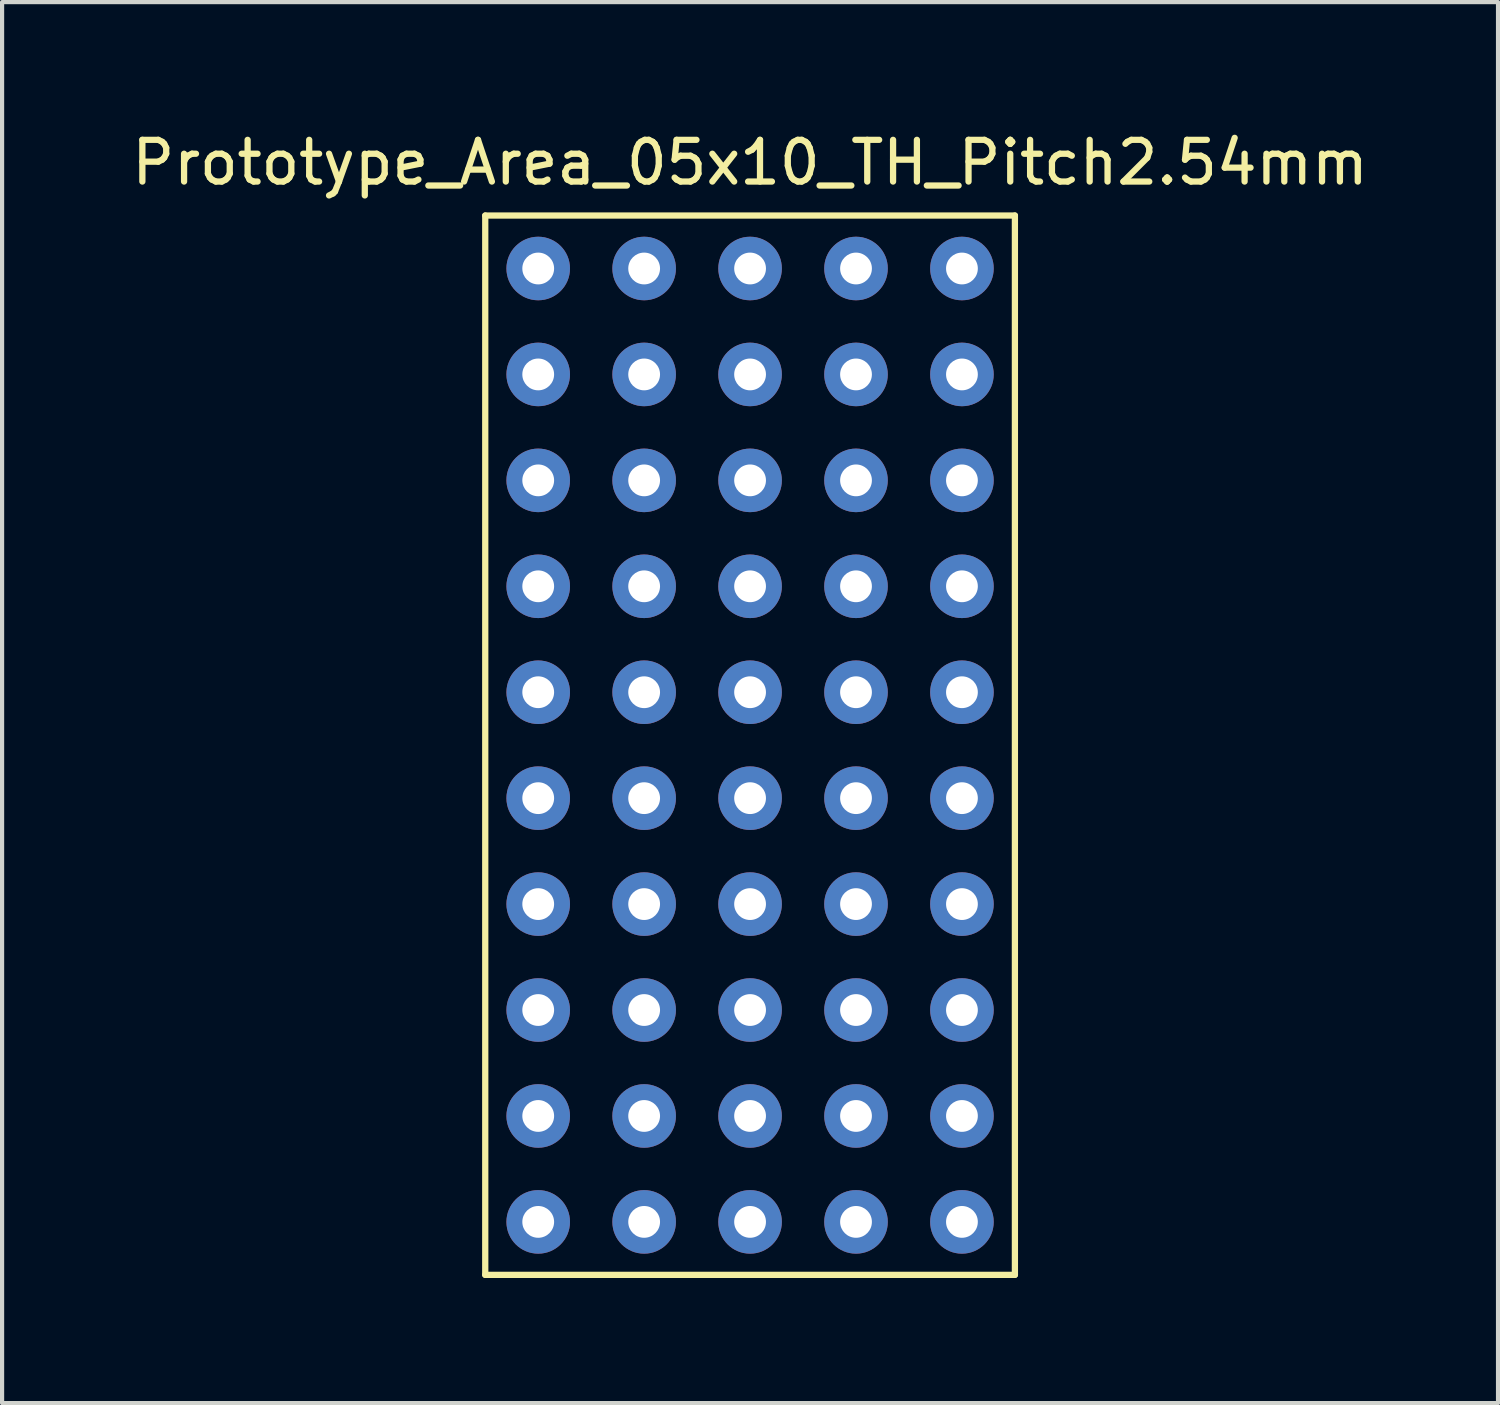
<source format=kicad_pcb>
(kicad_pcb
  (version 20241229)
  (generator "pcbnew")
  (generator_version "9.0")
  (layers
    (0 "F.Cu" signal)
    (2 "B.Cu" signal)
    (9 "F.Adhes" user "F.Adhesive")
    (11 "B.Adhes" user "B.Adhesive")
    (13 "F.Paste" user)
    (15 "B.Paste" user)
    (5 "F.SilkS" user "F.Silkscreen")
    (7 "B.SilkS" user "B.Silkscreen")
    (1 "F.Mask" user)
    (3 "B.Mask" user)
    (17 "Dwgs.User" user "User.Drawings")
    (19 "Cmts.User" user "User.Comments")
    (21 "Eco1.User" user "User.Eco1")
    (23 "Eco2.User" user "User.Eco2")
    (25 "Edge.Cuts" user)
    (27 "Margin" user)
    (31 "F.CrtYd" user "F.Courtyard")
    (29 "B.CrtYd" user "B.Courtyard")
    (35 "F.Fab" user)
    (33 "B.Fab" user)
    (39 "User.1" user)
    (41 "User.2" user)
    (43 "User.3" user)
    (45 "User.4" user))
  (footprint "Prototype_Area_05x10_TH_Pitch2.54mm"
    (layer "F.Cu")
    (at 14.935 14.818)
    (property "Reference" "Prototype_Area_05x10_TH_Pitch2.54mm" (at 0 -13.97 0) (layer "F.SilkS") (effects (font (size 1 1) (thickness 0.15))))
    (attr through_hole)
    (fp_line (start -6.35 -12.7) (end 6.35 -12.7) (stroke (width 0.15) (type solid)) (layer "F.SilkS"))
    (fp_line (start -6.35 12.7) (end -6.35 -12.7) (stroke (width 0.15) (type solid)) (layer "F.SilkS"))
    (fp_line (start 6.35 -12.7) (end 6.35 12.7) (stroke (width 0.15) (type solid)) (layer "F.SilkS"))
    (fp_line (start 6.35 12.7) (end -6.35 12.7) (stroke (width 0.15) (type solid)) (layer "F.SilkS"))
    (pad "1" thru_hole circle (at -5.08 -11.43) (size 1.524 1.524) (drill 0.762) (layers "*.Cu" "*.Mask"))
    (pad "2" thru_hole circle (at -5.08 -8.89) (size 1.524 1.524) (drill 0.762) (layers "*.Cu" "*.Mask"))
    (pad "3" thru_hole circle (at -5.08 -6.35) (size 1.524 1.524) (drill 0.762) (layers "*.Cu" "*.Mask"))
    (pad "4" thru_hole circle (at -5.08 -3.81) (size 1.524 1.524) (drill 0.762) (layers "*.Cu" "*.Mask"))
    (pad "5" thru_hole circle (at -5.08 -1.27) (size 1.524 1.524) (drill 0.762) (layers "*.Cu" "*.Mask"))
    (pad "6" thru_hole circle (at -5.08 1.27) (size 1.524 1.524) (drill 0.762) (layers "*.Cu" "*.Mask"))
    (pad "7" thru_hole circle (at -5.08 3.81) (size 1.524 1.524) (drill 0.762) (layers "*.Cu" "*.Mask"))
    (pad "8" thru_hole circle (at -5.08 6.35) (size 1.524 1.524) (drill 0.762) (layers "*.Cu" "*.Mask"))
    (pad "9" thru_hole circle (at -5.08 8.89) (size 1.524 1.524) (drill 0.762) (layers "*.Cu" "*.Mask"))
    (pad "10" thru_hole circle (at -5.08 11.43) (size 1.524 1.524) (drill 0.762) (layers "*.Cu" "*.Mask"))
    (pad "11" thru_hole circle (at -2.54 -11.43) (size 1.524 1.524) (drill 0.762) (layers "*.Cu" "*.Mask"))
    (pad "12" thru_hole circle (at -2.54 -8.89) (size 1.524 1.524) (drill 0.762) (layers "*.Cu" "*.Mask"))
    (pad "13" thru_hole circle (at -2.54 -6.35) (size 1.524 1.524) (drill 0.762) (layers "*.Cu" "*.Mask"))
    (pad "14" thru_hole circle (at -2.54 -3.81) (size 1.524 1.524) (drill 0.762) (layers "*.Cu" "*.Mask"))
    (pad "15" thru_hole circle (at -2.54 -1.27) (size 1.524 1.524) (drill 0.762) (layers "*.Cu" "*.Mask"))
    (pad "16" thru_hole circle (at -2.54 1.27) (size 1.524 1.524) (drill 0.762) (layers "*.Cu" "*.Mask"))
    (pad "17" thru_hole circle (at -2.54 3.81) (size 1.524 1.524) (drill 0.762) (layers "*.Cu" "*.Mask"))
    (pad "18" thru_hole circle (at -2.54 6.35) (size 1.524 1.524) (drill 0.762) (layers "*.Cu" "*.Mask"))
    (pad "19" thru_hole circle (at -2.54 8.89) (size 1.524 1.524) (drill 0.762) (layers "*.Cu" "*.Mask"))
    (pad "20" thru_hole circle (at -2.54 11.43) (size 1.524 1.524) (drill 0.762) (layers "*.Cu" "*.Mask"))
    (pad "21" thru_hole circle (at 0 -11.43) (size 1.524 1.524) (drill 0.762) (layers "*.Cu" "*.Mask"))
    (pad "22" thru_hole circle (at 0 -8.89) (size 1.524 1.524) (drill 0.762) (layers "*.Cu" "*.Mask"))
    (pad "23" thru_hole circle (at 0 -6.35) (size 1.524 1.524) (drill 0.762) (layers "*.Cu" "*.Mask"))
    (pad "24" thru_hole circle (at 0 -3.81) (size 1.524 1.524) (drill 0.762) (layers "*.Cu" "*.Mask"))
    (pad "25" thru_hole circle (at 0 -1.27) (size 1.524 1.524) (drill 0.762) (layers "*.Cu" "*.Mask"))
    (pad "26" thru_hole circle (at 0 1.27) (size 1.524 1.524) (drill 0.762) (layers "*.Cu" "*.Mask"))
    (pad "27" thru_hole circle (at 0 3.81) (size 1.524 1.524) (drill 0.762) (layers "*.Cu" "*.Mask"))
    (pad "28" thru_hole circle (at 0 6.35) (size 1.524 1.524) (drill 0.762) (layers "*.Cu" "*.Mask"))
    (pad "29" thru_hole circle (at 0 8.89) (size 1.524 1.524) (drill 0.762) (layers "*.Cu" "*.Mask"))
    (pad "30" thru_hole circle (at 0 11.43) (size 1.524 1.524) (drill 0.762) (layers "*.Cu" "*.Mask"))
    (pad "31" thru_hole circle (at 2.54 -11.43) (size 1.524 1.524) (drill 0.762) (layers "*.Cu" "*.Mask"))
    (pad "32" thru_hole circle (at 2.54 -8.89) (size 1.524 1.524) (drill 0.762) (layers "*.Cu" "*.Mask"))
    (pad "33" thru_hole circle (at 2.54 -6.35) (size 1.524 1.524) (drill 0.762) (layers "*.Cu" "*.Mask"))
    (pad "34" thru_hole circle (at 2.54 -3.81) (size 1.524 1.524) (drill 0.762) (layers "*.Cu" "*.Mask"))
    (pad "35" thru_hole circle (at 2.54 -1.27) (size 1.524 1.524) (drill 0.762) (layers "*.Cu" "*.Mask"))
    (pad "36" thru_hole circle (at 2.54 1.27) (size 1.524 1.524) (drill 0.762) (layers "*.Cu" "*.Mask"))
    (pad "37" thru_hole circle (at 2.54 3.81) (size 1.524 1.524) (drill 0.762) (layers "*.Cu" "*.Mask"))
    (pad "38" thru_hole circle (at 2.54 6.35) (size 1.524 1.524) (drill 0.762) (layers "*.Cu" "*.Mask"))
    (pad "39" thru_hole circle (at 2.54 8.89) (size 1.524 1.524) (drill 0.762) (layers "*.Cu" "*.Mask"))
    (pad "40" thru_hole circle (at 2.54 11.43) (size 1.524 1.524) (drill 0.762) (layers "*.Cu" "*.Mask"))
    (pad "41" thru_hole circle (at 5.08 -11.43) (size 1.524 1.524) (drill 0.762) (layers "*.Cu" "*.Mask"))
    (pad "42" thru_hole circle (at 5.08 -8.89) (size 1.524 1.524) (drill 0.762) (layers "*.Cu" "*.Mask"))
    (pad "43" thru_hole circle (at 5.08 -6.35) (size 1.524 1.524) (drill 0.762) (layers "*.Cu" "*.Mask"))
    (pad "44" thru_hole circle (at 5.08 -3.81) (size 1.524 1.524) (drill 0.762) (layers "*.Cu" "*.Mask"))
    (pad "45" thru_hole circle (at 5.08 -1.27) (size 1.524 1.524) (drill 0.762) (layers "*.Cu" "*.Mask"))
    (pad "46" thru_hole circle (at 5.08 1.27) (size 1.524 1.524) (drill 0.762) (layers "*.Cu" "*.Mask"))
    (pad "47" thru_hole circle (at 5.08 3.81) (size 1.524 1.524) (drill 0.762) (layers "*.Cu" "*.Mask"))
    (pad "48" thru_hole circle (at 5.08 6.35) (size 1.524 1.524) (drill 0.762) (layers "*.Cu" "*.Mask"))
    (pad "49" thru_hole circle (at 5.08 8.89) (size 1.524 1.524) (drill 0.762) (layers "*.Cu" "*.Mask"))
    (pad "50" thru_hole circle (at 5.08 11.43) (size 1.524 1.524) (drill 0.762) (layers "*.Cu" "*.Mask")))
  (gr_rect
    (start -3 -3)
    (end 32.869 30.593)
    (stroke (width 0.1) (type default))
    (fill no)
    (layer "Edge.Cuts")))
</source>
